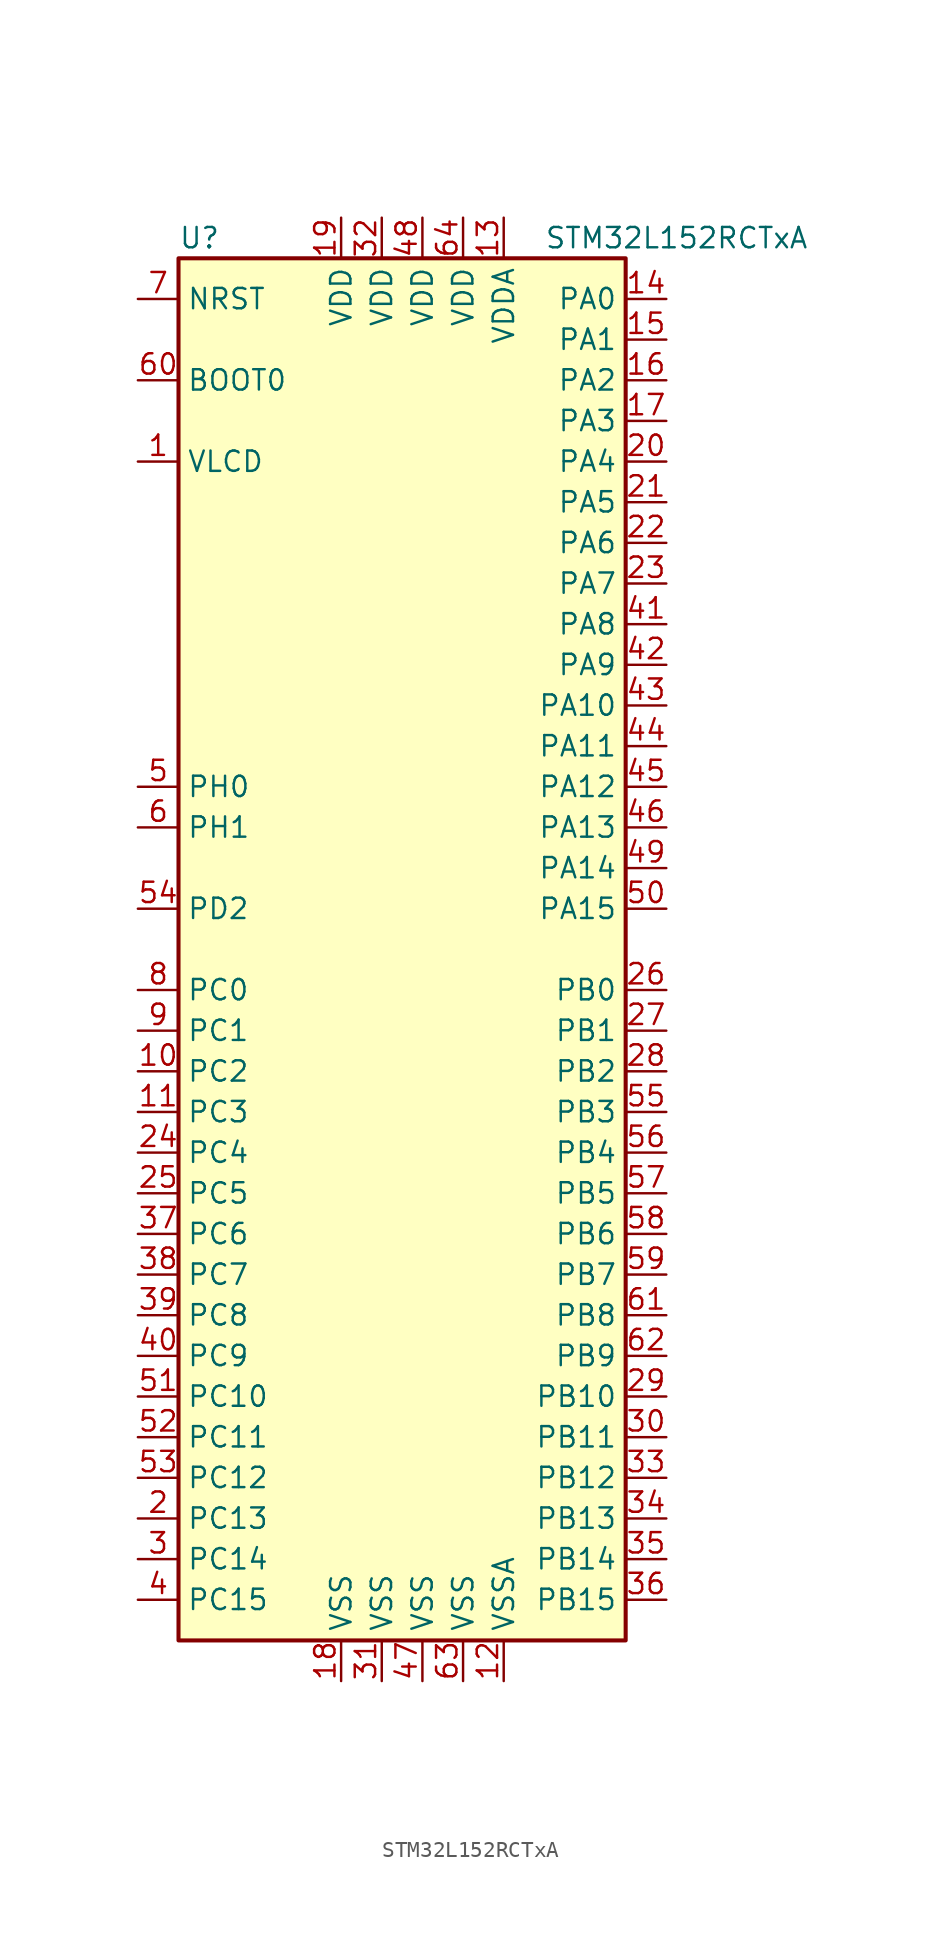
<source format=kicad_sym>
(kicad_symbol_lib
  (version 20201005)
  (generator kicad_symbol_editor)
  (symbol "STM32L152RCTxA"
    (property "Reference" "U"
      (at -15.24 44.45 0)
      (effects (font (size 1.27 1.27)) (justify left)))
    (property "Value" "STM32L152RCTxA"
      (at 7.62 44.45 0)
      (effects (font (size 1.27 1.27)) (justify left)))
    (symbol "STM32L152RCTxA_0_1"
      (rectangle (start -15.24 -43.18) (end 12.7 43.18) (stroke (width 0.254)) (fill (type background))))
    (symbol "STM32L152RCTxA_1_1"
      (pin power_in line (at -17.78 30.48 0) (length 2.54) (name "VLCD" (effects (font (size 1.27 1.27)))) (number "1" (effects (font (size 1.27 1.27)))))
      (pin bidirectional line (at -17.78 -7.62 0) (length 2.54) (name "PC2" (effects (font (size 1.27 1.27)))) (number "10" (effects (font (size 1.27 1.27)))))
      (pin bidirectional line (at -17.78 -10.16 0) (length 2.54) (name "PC3" (effects (font (size 1.27 1.27)))) (number "11" (effects (font (size 1.27 1.27)))))
      (pin power_in line (at 5.08 -45.72 90) (length 2.54) (name "VSSA" (effects (font (size 1.27 1.27)))) (number "12" (effects (font (size 1.27 1.27)))))
      (pin power_in line (at 5.08 45.72 270) (length 2.54) (name "VDDA" (effects (font (size 1.27 1.27)))) (number "13" (effects (font (size 1.27 1.27)))))
      (pin bidirectional line (at 15.24 40.64 180) (length 2.54) (name "PA0" (effects (font (size 1.27 1.27)))) (number "14" (effects (font (size 1.27 1.27)))))
      (pin bidirectional line (at 15.24 38.1 180) (length 2.54) (name "PA1" (effects (font (size 1.27 1.27)))) (number "15" (effects (font (size 1.27 1.27)))))
      (pin bidirectional line (at 15.24 35.56 180) (length 2.54) (name "PA2" (effects (font (size 1.27 1.27)))) (number "16" (effects (font (size 1.27 1.27)))))
      (pin bidirectional line (at 15.24 33.02 180) (length 2.54) (name "PA3" (effects (font (size 1.27 1.27)))) (number "17" (effects (font (size 1.27 1.27)))))
      (pin power_in line (at -5.08 -45.72 90) (length 2.54) (name "VSS" (effects (font (size 1.27 1.27)))) (number "18" (effects (font (size 1.27 1.27)))))
      (pin power_in line (at -5.08 45.72 270) (length 2.54) (name "VDD" (effects (font (size 1.27 1.27)))) (number "19" (effects (font (size 1.27 1.27)))))
      (pin bidirectional line (at -17.78 -35.56 0) (length 2.54) (name "PC13" (effects (font (size 1.27 1.27)))) (number "2" (effects (font (size 1.27 1.27)))))
      (pin bidirectional line (at 15.24 30.48 180) (length 2.54) (name "PA4" (effects (font (size 1.27 1.27)))) (number "20" (effects (font (size 1.27 1.27)))))
      (pin bidirectional line (at 15.24 27.94 180) (length 2.54) (name "PA5" (effects (font (size 1.27 1.27)))) (number "21" (effects (font (size 1.27 1.27)))))
      (pin bidirectional line (at 15.24 25.4 180) (length 2.54) (name "PA6" (effects (font (size 1.27 1.27)))) (number "22" (effects (font (size 1.27 1.27)))))
      (pin bidirectional line (at 15.24 22.86 180) (length 2.54) (name "PA7" (effects (font (size 1.27 1.27)))) (number "23" (effects (font (size 1.27 1.27)))))
      (pin bidirectional line (at -17.78 -12.7 0) (length 2.54) (name "PC4" (effects (font (size 1.27 1.27)))) (number "24" (effects (font (size 1.27 1.27)))))
      (pin bidirectional line (at -17.78 -15.24 0) (length 2.54) (name "PC5" (effects (font (size 1.27 1.27)))) (number "25" (effects (font (size 1.27 1.27)))))
      (pin bidirectional line (at 15.24 -2.54 180) (length 2.54) (name "PB0" (effects (font (size 1.27 1.27)))) (number "26" (effects (font (size 1.27 1.27)))))
      (pin bidirectional line (at 15.24 -5.08 180) (length 2.54) (name "PB1" (effects (font (size 1.27 1.27)))) (number "27" (effects (font (size 1.27 1.27)))))
      (pin bidirectional line (at 15.24 -7.62 180) (length 2.54) (name "PB2" (effects (font (size 1.27 1.27)))) (number "28" (effects (font (size 1.27 1.27)))))
      (pin bidirectional line (at 15.24 -27.94 180) (length 2.54) (name "PB10" (effects (font (size 1.27 1.27)))) (number "29" (effects (font (size 1.27 1.27)))))
      (pin bidirectional line (at -17.78 -38.1 0) (length 2.54) (name "PC14" (effects (font (size 1.27 1.27)))) (number "3" (effects (font (size 1.27 1.27)))))
      (pin bidirectional line (at 15.24 -30.48 180) (length 2.54) (name "PB11" (effects (font (size 1.27 1.27)))) (number "30" (effects (font (size 1.27 1.27)))))
      (pin power_in line (at -2.54 -45.72 90) (length 2.54) (name "VSS" (effects (font (size 1.27 1.27)))) (number "31" (effects (font (size 1.27 1.27)))))
      (pin power_in line (at -2.54 45.72 270) (length 2.54) (name "VDD" (effects (font (size 1.27 1.27)))) (number "32" (effects (font (size 1.27 1.27)))))
      (pin bidirectional line (at 15.24 -33.02 180) (length 2.54) (name "PB12" (effects (font (size 1.27 1.27)))) (number "33" (effects (font (size 1.27 1.27)))))
      (pin bidirectional line (at 15.24 -35.56 180) (length 2.54) (name "PB13" (effects (font (size 1.27 1.27)))) (number "34" (effects (font (size 1.27 1.27)))))
      (pin bidirectional line (at 15.24 -38.1 180) (length 2.54) (name "PB14" (effects (font (size 1.27 1.27)))) (number "35" (effects (font (size 1.27 1.27)))))
      (pin bidirectional line (at 15.24 -40.64 180) (length 2.54) (name "PB15" (effects (font (size 1.27 1.27)))) (number "36" (effects (font (size 1.27 1.27)))))
      (pin bidirectional line (at -17.78 -17.78 0) (length 2.54) (name "PC6" (effects (font (size 1.27 1.27)))) (number "37" (effects (font (size 1.27 1.27)))))
      (pin bidirectional line (at -17.78 -20.32 0) (length 2.54) (name "PC7" (effects (font (size 1.27 1.27)))) (number "38" (effects (font (size 1.27 1.27)))))
      (pin bidirectional line (at -17.78 -22.86 0) (length 2.54) (name "PC8" (effects (font (size 1.27 1.27)))) (number "39" (effects (font (size 1.27 1.27)))))
      (pin bidirectional line (at -17.78 -40.64 0) (length 2.54) (name "PC15" (effects (font (size 1.27 1.27)))) (number "4" (effects (font (size 1.27 1.27)))))
      (pin bidirectional line (at -17.78 -25.4 0) (length 2.54) (name "PC9" (effects (font (size 1.27 1.27)))) (number "40" (effects (font (size 1.27 1.27)))))
      (pin bidirectional line (at 15.24 20.32 180) (length 2.54) (name "PA8" (effects (font (size 1.27 1.27)))) (number "41" (effects (font (size 1.27 1.27)))))
      (pin bidirectional line (at 15.24 17.78 180) (length 2.54) (name "PA9" (effects (font (size 1.27 1.27)))) (number "42" (effects (font (size 1.27 1.27)))))
      (pin bidirectional line (at 15.24 15.24 180) (length 2.54) (name "PA10" (effects (font (size 1.27 1.27)))) (number "43" (effects (font (size 1.27 1.27)))))
      (pin bidirectional line (at 15.24 12.7 180) (length 2.54) (name "PA11" (effects (font (size 1.27 1.27)))) (number "44" (effects (font (size 1.27 1.27)))))
      (pin bidirectional line (at 15.24 10.16 180) (length 2.54) (name "PA12" (effects (font (size 1.27 1.27)))) (number "45" (effects (font (size 1.27 1.27)))))
      (pin bidirectional line (at 15.24 7.62 180) (length 2.54) (name "PA13" (effects (font (size 1.27 1.27)))) (number "46" (effects (font (size 1.27 1.27)))))
      (pin power_in line (at 0 -45.72 90) (length 2.54) (name "VSS" (effects (font (size 1.27 1.27)))) (number "47" (effects (font (size 1.27 1.27)))))
      (pin power_in line (at 0 45.72 270) (length 2.54) (name "VDD" (effects (font (size 1.27 1.27)))) (number "48" (effects (font (size 1.27 1.27)))))
      (pin bidirectional line (at 15.24 5.08 180) (length 2.54) (name "PA14" (effects (font (size 1.27 1.27)))) (number "49" (effects (font (size 1.27 1.27)))))
      (pin input line (at -17.78 10.16 0) (length 2.54) (name "PH0" (effects (font (size 1.27 1.27)))) (number "5" (effects (font (size 1.27 1.27)))))
      (pin bidirectional line (at 15.24 2.54 180) (length 2.54) (name "PA15" (effects (font (size 1.27 1.27)))) (number "50" (effects (font (size 1.27 1.27)))))
      (pin bidirectional line (at -17.78 -27.94 0) (length 2.54) (name "PC10" (effects (font (size 1.27 1.27)))) (number "51" (effects (font (size 1.27 1.27)))))
      (pin bidirectional line (at -17.78 -30.48 0) (length 2.54) (name "PC11" (effects (font (size 1.27 1.27)))) (number "52" (effects (font (size 1.27 1.27)))))
      (pin bidirectional line (at -17.78 -33.02 0) (length 2.54) (name "PC12" (effects (font (size 1.27 1.27)))) (number "53" (effects (font (size 1.27 1.27)))))
      (pin bidirectional line (at -17.78 2.54 0) (length 2.54) (name "PD2" (effects (font (size 1.27 1.27)))) (number "54" (effects (font (size 1.27 1.27)))))
      (pin bidirectional line (at 15.24 -10.16 180) (length 2.54) (name "PB3" (effects (font (size 1.27 1.27)))) (number "55" (effects (font (size 1.27 1.27)))))
      (pin bidirectional line (at 15.24 -12.7 180) (length 2.54) (name "PB4" (effects (font (size 1.27 1.27)))) (number "56" (effects (font (size 1.27 1.27)))))
      (pin bidirectional line (at 15.24 -15.24 180) (length 2.54) (name "PB5" (effects (font (size 1.27 1.27)))) (number "57" (effects (font (size 1.27 1.27)))))
      (pin bidirectional line (at 15.24 -17.78 180) (length 2.54) (name "PB6" (effects (font (size 1.27 1.27)))) (number "58" (effects (font (size 1.27 1.27)))))
      (pin bidirectional line (at 15.24 -20.32 180) (length 2.54) (name "PB7" (effects (font (size 1.27 1.27)))) (number "59" (effects (font (size 1.27 1.27)))))
      (pin input line (at -17.78 7.62 0) (length 2.54) (name "PH1" (effects (font (size 1.27 1.27)))) (number "6" (effects (font (size 1.27 1.27)))))
      (pin input line (at -17.78 35.56 0) (length 2.54) (name "BOOT0" (effects (font (size 1.27 1.27)))) (number "60" (effects (font (size 1.27 1.27)))))
      (pin bidirectional line (at 15.24 -22.86 180) (length 2.54) (name "PB8" (effects (font (size 1.27 1.27)))) (number "61" (effects (font (size 1.27 1.27)))))
      (pin bidirectional line (at 15.24 -25.4 180) (length 2.54) (name "PB9" (effects (font (size 1.27 1.27)))) (number "62" (effects (font (size 1.27 1.27)))))
      (pin power_in line (at 2.54 -45.72 90) (length 2.54) (name "VSS" (effects (font (size 1.27 1.27)))) (number "63" (effects (font (size 1.27 1.27)))))
      (pin power_in line (at 2.54 45.72 270) (length 2.54) (name "VDD" (effects (font (size 1.27 1.27)))) (number "64" (effects (font (size 1.27 1.27)))))
      (pin input line (at -17.78 40.64 0) (length 2.54) (name "NRST" (effects (font (size 1.27 1.27)))) (number "7" (effects (font (size 1.27 1.27)))))
      (pin bidirectional line (at -17.78 -2.54 0) (length 2.54) (name "PC0" (effects (font (size 1.27 1.27)))) (number "8" (effects (font (size 1.27 1.27)))))
      (pin bidirectional line (at -17.78 -5.08 0) (length 2.54) (name "PC1" (effects (font (size 1.27 1.27)))) (number "9" (effects (font (size 1.27 1.27))))))))
</source>
